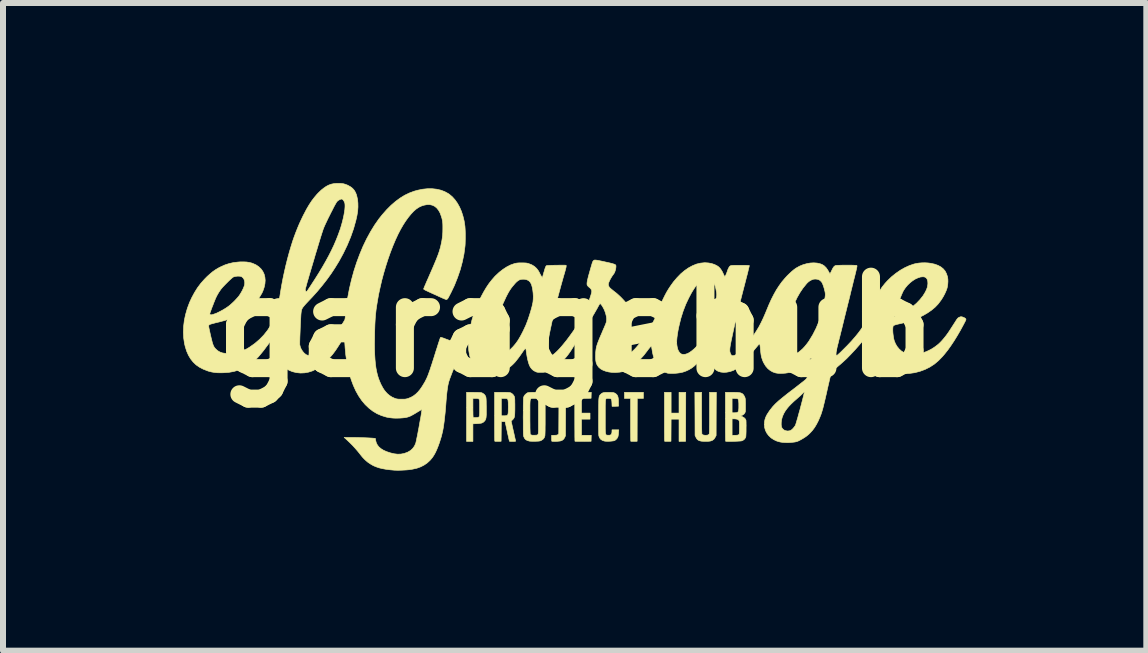
<source format=kicad_pcb>
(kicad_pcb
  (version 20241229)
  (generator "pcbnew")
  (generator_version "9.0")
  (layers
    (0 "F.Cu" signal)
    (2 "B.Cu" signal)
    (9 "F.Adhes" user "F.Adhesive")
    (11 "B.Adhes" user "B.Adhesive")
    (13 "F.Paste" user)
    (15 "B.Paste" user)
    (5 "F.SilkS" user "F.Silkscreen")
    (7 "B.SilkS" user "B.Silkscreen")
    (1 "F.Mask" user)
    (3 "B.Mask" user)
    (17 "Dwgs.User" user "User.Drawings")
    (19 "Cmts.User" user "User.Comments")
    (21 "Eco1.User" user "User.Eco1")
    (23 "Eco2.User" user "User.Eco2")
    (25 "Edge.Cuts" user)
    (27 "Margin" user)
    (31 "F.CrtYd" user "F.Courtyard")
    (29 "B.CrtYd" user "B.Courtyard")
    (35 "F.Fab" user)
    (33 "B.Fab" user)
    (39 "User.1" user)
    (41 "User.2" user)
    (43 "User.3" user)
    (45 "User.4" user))
  (footprint "garagehub"
    (layer "F.Cu")
    (at 6.526 2.394)
    (property "Reference" "garagehub" (at 0 0 0) (layer "F.SilkS") (effects (font (size 1.524 1.524) (thickness 0.3))))
    (attr through_hole)
    (fp_poly (pts (xy 1.143 1.194) (xy 1.041 1.194) (xy 1.039 1.908) (xy 0.988 1.909) (xy 0.966 1.909) (xy 0.948 1.909) (xy 0.936 1.908) (xy 0.933 1.907) (xy 0.933 1.901) (xy 0.932 1.886) (xy 0.932 1.863) (xy 0.931 1.832) (xy 0.931 1.794) (xy 0.93 1.75) (xy 0.93 1.701) (xy 0.93 1.647) (xy 0.93 1.59) (xy 0.93 1.549) (xy 0.93 1.194) (xy 0.828 1.194) (xy 0.828 1.092) (xy 1.143 1.092) (xy 1.143 1.194)) (stroke (width 0.01) (type solid)) (fill yes) (layer "F.SilkS"))
    (fp_poly (pts (xy -0.155 1.816) (xy -0.168 1.845) (xy -0.184 1.871) (xy -0.205 1.889) (xy -0.232 1.901) (xy -0.255 1.905) (xy -0.274 1.907) (xy -0.296 1.909) (xy -0.32 1.91) (xy -0.343 1.91) (xy -0.363 1.909) (xy -0.377 1.908) (xy -0.383 1.907) (xy -0.384 1.9) (xy -0.385 1.886) (xy -0.386 1.867) (xy -0.386 1.856) (xy -0.386 1.809) (xy -0.338 1.808) (xy -0.315 1.807) (xy -0.299 1.805) (xy -0.289 1.802) (xy -0.282 1.797) (xy -0.278 1.794) (xy -0.267 1.783) (xy -0.265 1.438) (xy -0.264 1.092) (xy -0.152 1.092) (xy -0.155 1.816)) (stroke (width 0.01) (type solid)) (fill yes) (layer "F.SilkS"))
    (fp_poly (pts (xy 1.605 1.438) (xy 1.737 1.438) (xy 1.737 1.092) (xy 1.849 1.092) (xy 1.847 1.908) (xy 1.792 1.909) (xy 1.737 1.91) (xy 1.737 1.539) (xy 1.605 1.539) (xy 1.603 1.908) (xy 1.552 1.909) (xy 1.53 1.909) (xy 1.512 1.909) (xy 1.5 1.908) (xy 1.497 1.907) (xy 1.497 1.901) (xy 1.496 1.886) (xy 1.495 1.863) (xy 1.495 1.832) (xy 1.495 1.793) (xy 1.494 1.748) (xy 1.494 1.698) (xy 1.494 1.643) (xy 1.494 1.584) (xy 1.494 1.522) (xy 1.494 1.498) (xy 1.494 1.092) (xy 1.605 1.092) (xy 1.605 1.438)) (stroke (width 0.01) (type solid)) (fill yes) (layer "F.SilkS"))
    (fp_poly (pts (xy 0.273 1.142) (xy 0.272 1.191) (xy 0.192 1.193) (xy 0.112 1.194) (xy 0.112 1.438) (xy 0.254 1.438) (xy 0.254 1.539) (xy 0.112 1.539) (xy 0.112 1.808) (xy 0.275 1.808) (xy 0.273 1.858) (xy 0.272 1.908) (xy 0.139 1.909) (xy 0.104 1.909) (xy 0.071 1.909) (xy 0.044 1.909) (xy 0.022 1.908) (xy 0.008 1.908) (xy 0.003 1.907) (xy 0.003 1.901) (xy 0.002 1.886) (xy 0.002 1.863) (xy 0.001 1.831) (xy 0.001 1.793) (xy 0.001 1.748) (xy 0.000453 1.698) (xy 0.00023 1.643) (xy 0.000079 1.584) (xy 0.000005 1.522) (xy 0 1.498) (xy 0 1.092) (xy 0.275 1.092) (xy 0.273 1.142)) (stroke (width 0.01) (type solid)) (fill yes) (layer "F.SilkS"))
    (fp_poly (pts (xy 2.113 1.435) (xy 2.113 1.506) (xy 2.114 1.57) (xy 2.114 1.627) (xy 2.114 1.676) (xy 2.115 1.716) (xy 2.116 1.748) (xy 2.117 1.771) (xy 2.118 1.785) (xy 2.118 1.788) (xy 2.129 1.798) (xy 2.148 1.805) (xy 2.173 1.808) (xy 2.182 1.808) (xy 2.209 1.806) (xy 2.227 1.799) (xy 2.239 1.787) (xy 2.24 1.785) (xy 2.241 1.778) (xy 2.242 1.764) (xy 2.243 1.741) (xy 2.244 1.711) (xy 2.244 1.671) (xy 2.245 1.623) (xy 2.245 1.565) (xy 2.245 1.498) (xy 2.245 1.432) (xy 2.245 1.092) (xy 2.358 1.092) (xy 2.356 1.452) (xy 2.355 1.812) (xy 2.339 1.842) (xy 2.321 1.87) (xy 2.297 1.89) (xy 2.268 1.902) (xy 2.253 1.905) (xy 2.229 1.908) (xy 2.198 1.909) (xy 2.166 1.909) (xy 2.134 1.908) (xy 2.108 1.906) (xy 2.103 1.905) (xy 2.072 1.897) (xy 2.048 1.883) (xy 2.029 1.861) (xy 2.016 1.836) (xy 2.004 1.811) (xy 2.003 1.452) (xy 2.001 1.092) (xy 2.113 1.092) (xy 2.113 1.435)) (stroke (width 0.01) (type solid)) (fill yes) (layer "F.SilkS"))
    (fp_poly (pts (xy -1.68 1.093) (xy -1.641 1.094) (xy -1.611 1.094) (xy -1.588 1.095) (xy -1.572 1.096) (xy -1.559 1.098) (xy -1.55 1.1) (xy -1.543 1.103) (xy -1.537 1.106) (xy -1.511 1.123) (xy -1.493 1.145) (xy -1.485 1.161) (xy -1.482 1.168) (xy -1.48 1.176) (xy -1.479 1.187) (xy -1.477 1.202) (xy -1.476 1.221) (xy -1.475 1.247) (xy -1.475 1.281) (xy -1.474 1.323) (xy -1.474 1.34) (xy -1.474 1.391) (xy -1.474 1.432) (xy -1.474 1.466) (xy -1.476 1.493) (xy -1.478 1.514) (xy -1.482 1.531) (xy -1.486 1.545) (xy -1.492 1.556) (xy -1.499 1.566) (xy -1.505 1.573) (xy -1.519 1.587) (xy -1.535 1.597) (xy -1.553 1.605) (xy -1.578 1.609) (xy -1.609 1.613) (xy -1.63 1.614) (xy -1.697 1.617) (xy -1.697 1.91) (xy -1.803 1.91) (xy -1.803 1.194) (xy -1.697 1.194) (xy -1.697 1.35) (xy -1.697 1.389) (xy -1.696 1.425) (xy -1.696 1.456) (xy -1.695 1.481) (xy -1.694 1.5) (xy -1.693 1.51) (xy -1.693 1.511) (xy -1.686 1.512) (xy -1.672 1.513) (xy -1.653 1.513) (xy -1.647 1.513) (xy -1.625 1.512) (xy -1.611 1.51) (xy -1.603 1.507) (xy -1.596 1.501) (xy -1.595 1.499) (xy -1.592 1.495) (xy -1.589 1.49) (xy -1.588 1.482) (xy -1.587 1.47) (xy -1.586 1.454) (xy -1.585 1.431) (xy -1.585 1.401) (xy -1.585 1.362) (xy -1.585 1.354) (xy -1.585 1.314) (xy -1.585 1.282) (xy -1.586 1.258) (xy -1.586 1.241) (xy -1.587 1.228) (xy -1.589 1.22) (xy -1.591 1.214) (xy -1.594 1.209) (xy -1.595 1.207) (xy -1.601 1.201) (xy -1.608 1.197) (xy -1.617 1.195) (xy -1.632 1.194) (xy -1.651 1.194) (xy -1.697 1.194) (xy -1.803 1.194) (xy -1.803 1.092) (xy -1.68 1.093)) (stroke (width 0.01) (type solid)) (fill yes) (layer "F.SilkS"))
    (fp_poly (pts (xy -1.215 1.092) (xy -1.178 1.092) (xy -1.144 1.093) (xy -1.115 1.094) (xy -1.092 1.095) (xy -1.078 1.097) (xy -1.075 1.098) (xy -1.053 1.108) (xy -1.031 1.126) (xy -1.014 1.149) (xy -1.007 1.162) (xy -1.005 1.17) (xy -1.003 1.18) (xy -1.001 1.191) (xy -1 1.207) (xy -0.999 1.228) (xy -0.999 1.255) (xy -0.998 1.289) (xy -0.998 1.331) (xy -0.998 1.379) (xy -0.999 1.418) (xy -1 1.45) (xy -1.002 1.475) (xy -1.004 1.494) (xy -1.008 1.509) (xy -1.014 1.522) (xy -1.021 1.532) (xy -1.029 1.542) (xy -1.036 1.549) (xy -1.06 1.572) (xy -1.023 1.737) (xy -1.014 1.776) (xy -1.006 1.813) (xy -0.999 1.845) (xy -0.993 1.871) (xy -0.988 1.891) (xy -0.986 1.903) (xy -0.986 1.906) (xy -0.99 1.908) (xy -1.002 1.909) (xy -1.02 1.91) (xy -1.039 1.91) (xy -1.058 1.91) (xy -1.075 1.909) (xy -1.086 1.908) (xy -1.089 1.906) (xy -1.09 1.901) (xy -1.094 1.886) (xy -1.099 1.864) (xy -1.105 1.836) (xy -1.113 1.802) (xy -1.121 1.765) (xy -1.126 1.741) (xy -1.161 1.58) (xy -1.192 1.58) (xy -1.224 1.58) (xy -1.227 1.908) (xy -1.278 1.909) (xy -1.3 1.909) (xy -1.318 1.909) (xy -1.329 1.908) (xy -1.332 1.907) (xy -1.333 1.901) (xy -1.334 1.886) (xy -1.334 1.863) (xy -1.335 1.832) (xy -1.335 1.793) (xy -1.335 1.748) (xy -1.336 1.698) (xy -1.336 1.643) (xy -1.336 1.584) (xy -1.336 1.522) (xy -1.336 1.498) (xy -1.336 1.194) (xy -1.224 1.194) (xy -1.224 1.483) (xy -1.184 1.483) (xy -1.163 1.483) (xy -1.145 1.481) (xy -1.132 1.478) (xy -1.131 1.478) (xy -1.124 1.474) (xy -1.118 1.468) (xy -1.114 1.459) (xy -1.111 1.446) (xy -1.109 1.428) (xy -1.108 1.403) (xy -1.108 1.37) (xy -1.107 1.338) (xy -1.108 1.297) (xy -1.108 1.265) (xy -1.11 1.241) (xy -1.112 1.224) (xy -1.116 1.211) (xy -1.121 1.203) (xy -1.127 1.199) (xy -1.131 1.197) (xy -1.139 1.195) (xy -1.155 1.194) (xy -1.175 1.194) (xy -1.182 1.194) (xy -1.224 1.194) (xy -1.336 1.194) (xy -1.336 1.092) (xy -1.215 1.092)) (stroke (width 0.01) (type solid)) (fill yes) (layer "F.SilkS"))
    (fp_poly (pts (xy 0.573 1.093) (xy 0.603 1.094) (xy 0.624 1.095) (xy 0.64 1.096) (xy 0.651 1.099) (xy 0.661 1.103) (xy 0.67 1.107) (xy 0.69 1.121) (xy 0.705 1.137) (xy 0.716 1.157) (xy 0.723 1.184) (xy 0.727 1.217) (xy 0.728 1.259) (xy 0.728 1.26) (xy 0.729 1.323) (xy 0.675 1.325) (xy 0.621 1.326) (xy 0.619 1.27) (xy 0.617 1.24) (xy 0.614 1.22) (xy 0.609 1.206) (xy 0.599 1.198) (xy 0.585 1.195) (xy 0.564 1.194) (xy 0.561 1.194) (xy 0.55 1.194) (xy 0.54 1.193) (xy 0.533 1.194) (xy 0.526 1.196) (xy 0.521 1.2) (xy 0.517 1.208) (xy 0.514 1.219) (xy 0.511 1.234) (xy 0.51 1.255) (xy 0.509 1.282) (xy 0.508 1.316) (xy 0.508 1.357) (xy 0.508 1.407) (xy 0.508 1.465) (xy 0.508 1.498) (xy 0.508 1.561) (xy 0.508 1.615) (xy 0.508 1.661) (xy 0.508 1.698) (xy 0.509 1.728) (xy 0.51 1.752) (xy 0.512 1.771) (xy 0.515 1.784) (xy 0.518 1.794) (xy 0.522 1.8) (xy 0.527 1.804) (xy 0.533 1.805) (xy 0.541 1.806) (xy 0.55 1.807) (xy 0.553 1.807) (xy 0.579 1.807) (xy 0.599 1.801) (xy 0.611 1.787) (xy 0.618 1.766) (xy 0.62 1.742) (xy 0.62 1.717) (xy 0.733 1.717) (xy 0.729 1.764) (xy 0.727 1.787) (xy 0.724 1.809) (xy 0.721 1.826) (xy 0.72 1.83) (xy 0.709 1.853) (xy 0.691 1.875) (xy 0.67 1.892) (xy 0.66 1.897) (xy 0.644 1.901) (xy 0.621 1.904) (xy 0.593 1.907) (xy 0.564 1.908) (xy 0.536 1.908) (xy 0.511 1.907) (xy 0.497 1.905) (xy 0.463 1.895) (xy 0.435 1.877) (xy 0.415 1.853) (xy 0.402 1.821) (xy 0.401 1.819) (xy 0.4 1.809) (xy 0.399 1.791) (xy 0.398 1.764) (xy 0.398 1.728) (xy 0.397 1.684) (xy 0.397 1.63) (xy 0.397 1.566) (xy 0.397 1.492) (xy 0.397 1.486) (xy 0.398 1.421) (xy 0.398 1.364) (xy 0.398 1.317) (xy 0.399 1.277) (xy 0.399 1.244) (xy 0.4 1.218) (xy 0.402 1.196) (xy 0.404 1.18) (xy 0.406 1.167) (xy 0.409 1.156) (xy 0.413 1.148) (xy 0.417 1.142) (xy 0.422 1.135) (xy 0.429 1.129) (xy 0.433 1.124) (xy 0.447 1.112) (xy 0.462 1.103) (xy 0.481 1.097) (xy 0.506 1.094) (xy 0.537 1.093) (xy 0.573 1.093)) (stroke (width 0.01) (type solid)) (fill yes) (layer "F.SilkS"))
    (fp_poly (pts (xy 2.668 1.093) (xy 2.707 1.094) (xy 2.739 1.097) (xy 2.764 1.102) (xy 2.783 1.11) (xy 2.799 1.12) (xy 2.811 1.134) (xy 2.822 1.151) (xy 2.828 1.162) (xy 2.833 1.172) (xy 2.836 1.182) (xy 2.839 1.192) (xy 2.841 1.205) (xy 2.842 1.222) (xy 2.843 1.245) (xy 2.844 1.276) (xy 2.844 1.289) (xy 2.844 1.321) (xy 2.844 1.351) (xy 2.844 1.378) (xy 2.843 1.398) (xy 2.843 1.41) (xy 2.834 1.436) (xy 2.817 1.457) (xy 2.792 1.473) (xy 2.786 1.476) (xy 2.764 1.485) (xy 2.793 1.499) (xy 2.821 1.515) (xy 2.841 1.535) (xy 2.852 1.557) (xy 2.853 1.561) (xy 2.853 1.571) (xy 2.854 1.589) (xy 2.854 1.614) (xy 2.855 1.645) (xy 2.854 1.679) (xy 2.854 1.705) (xy 2.854 1.744) (xy 2.853 1.775) (xy 2.852 1.798) (xy 2.851 1.815) (xy 2.85 1.828) (xy 2.848 1.837) (xy 2.845 1.845) (xy 2.842 1.852) (xy 2.841 1.853) (xy 2.825 1.875) (xy 2.802 1.892) (xy 2.784 1.9) (xy 2.774 1.902) (xy 2.757 1.904) (xy 2.733 1.905) (xy 2.705 1.907) (xy 2.674 1.908) (xy 2.641 1.909) (xy 2.609 1.91) (xy 2.579 1.91) (xy 2.553 1.91) (xy 2.532 1.909) (xy 2.518 1.908) (xy 2.513 1.907) (xy 2.513 1.902) (xy 2.512 1.887) (xy 2.512 1.863) (xy 2.511 1.832) (xy 2.511 1.808) (xy 2.621 1.808) (xy 2.664 1.808) (xy 2.686 1.808) (xy 2.705 1.806) (xy 2.719 1.804) (xy 2.721 1.803) (xy 2.733 1.797) (xy 2.739 1.792) (xy 2.74 1.785) (xy 2.741 1.77) (xy 2.742 1.747) (xy 2.743 1.72) (xy 2.743 1.688) (xy 2.743 1.678) (xy 2.743 1.642) (xy 2.743 1.615) (xy 2.742 1.595) (xy 2.741 1.581) (xy 2.74 1.572) (xy 2.737 1.565) (xy 2.734 1.56) (xy 2.733 1.558) (xy 2.718 1.545) (xy 2.695 1.538) (xy 2.663 1.534) (xy 2.653 1.534) (xy 2.621 1.534) (xy 2.621 1.808) (xy 2.511 1.808) (xy 2.511 1.793) (xy 2.51 1.748) (xy 2.51 1.698) (xy 2.51 1.643) (xy 2.51 1.584) (xy 2.51 1.522) (xy 2.51 1.498) (xy 2.51 1.194) (xy 2.621 1.194) (xy 2.621 1.433) (xy 2.66 1.433) (xy 2.68 1.432) (xy 2.697 1.43) (xy 2.707 1.428) (xy 2.708 1.427) (xy 2.717 1.421) (xy 2.723 1.412) (xy 2.728 1.399) (xy 2.731 1.38) (xy 2.733 1.354) (xy 2.733 1.319) (xy 2.733 1.314) (xy 2.733 1.277) (xy 2.731 1.248) (xy 2.728 1.227) (xy 2.724 1.212) (xy 2.718 1.203) (xy 2.713 1.199) (xy 2.703 1.196) (xy 2.687 1.195) (xy 2.667 1.194) (xy 2.662 1.194) (xy 2.621 1.194) (xy 2.51 1.194) (xy 2.51 1.092) (xy 2.62 1.092) (xy 2.668 1.093)) (stroke (width 0.01) (type solid)) (fill yes) (layer "F.SilkS"))
    (fp_poly (pts (xy -0.636 1.093) (xy -0.605 1.094) (xy -0.581 1.097) (xy -0.563 1.102) (xy -0.548 1.109) (xy -0.535 1.119) (xy -0.526 1.128) (xy -0.52 1.135) (xy -0.514 1.143) (xy -0.509 1.15) (xy -0.505 1.16) (xy -0.502 1.171) (xy -0.499 1.185) (xy -0.497 1.203) (xy -0.495 1.226) (xy -0.494 1.253) (xy -0.494 1.287) (xy -0.493 1.328) (xy -0.493 1.377) (xy -0.493 1.435) (xy -0.493 1.498) (xy -0.493 1.565) (xy -0.493 1.624) (xy -0.494 1.677) (xy -0.494 1.723) (xy -0.495 1.76) (xy -0.496 1.789) (xy -0.497 1.809) (xy -0.498 1.819) (xy -0.509 1.849) (xy -0.528 1.873) (xy -0.554 1.891) (xy -0.556 1.892) (xy -0.568 1.898) (xy -0.579 1.902) (xy -0.592 1.904) (xy -0.608 1.906) (xy -0.63 1.907) (xy -0.656 1.908) (xy -0.685 1.908) (xy -0.712 1.908) (xy -0.736 1.907) (xy -0.752 1.906) (xy -0.755 1.905) (xy -0.789 1.896) (xy -0.816 1.882) (xy -0.836 1.86) (xy -0.85 1.83) (xy -0.851 1.829) (xy -0.852 1.823) (xy -0.854 1.815) (xy -0.855 1.804) (xy -0.856 1.789) (xy -0.857 1.77) (xy -0.857 1.745) (xy -0.858 1.714) (xy -0.858 1.677) (xy -0.858 1.631) (xy -0.858 1.577) (xy -0.859 1.514) (xy -0.859 1.503) (xy -0.858 1.431) (xy -0.858 1.368) (xy -0.858 1.346) (xy -0.747 1.346) (xy -0.747 1.393) (xy -0.747 1.449) (xy -0.747 1.496) (xy -0.747 1.568) (xy -0.746 1.629) (xy -0.746 1.68) (xy -0.745 1.721) (xy -0.744 1.753) (xy -0.743 1.774) (xy -0.742 1.786) (xy -0.741 1.789) (xy -0.734 1.798) (xy -0.723 1.803) (xy -0.707 1.807) (xy -0.682 1.807) (xy -0.669 1.807) (xy -0.647 1.806) (xy -0.632 1.805) (xy -0.623 1.802) (xy -0.617 1.797) (xy -0.614 1.794) (xy -0.612 1.791) (xy -0.61 1.787) (xy -0.609 1.782) (xy -0.608 1.774) (xy -0.607 1.762) (xy -0.606 1.747) (xy -0.605 1.727) (xy -0.605 1.7) (xy -0.605 1.668) (xy -0.605 1.627) (xy -0.605 1.579) (xy -0.605 1.521) (xy -0.605 1.5) (xy -0.605 1.217) (xy -0.616 1.206) (xy -0.622 1.2) (xy -0.629 1.197) (xy -0.639 1.195) (xy -0.655 1.194) (xy -0.677 1.194) (xy -0.691 1.193) (xy -0.704 1.193) (xy -0.714 1.193) (xy -0.723 1.195) (xy -0.73 1.198) (xy -0.735 1.205) (xy -0.74 1.215) (xy -0.743 1.229) (xy -0.745 1.249) (xy -0.746 1.274) (xy -0.747 1.306) (xy -0.747 1.346) (xy -0.858 1.346) (xy -0.858 1.315) (xy -0.857 1.271) (xy -0.856 1.236) (xy -0.856 1.208) (xy -0.854 1.189) (xy -0.853 1.177) (xy -0.853 1.175) (xy -0.843 1.153) (xy -0.827 1.131) (xy -0.807 1.113) (xy -0.787 1.1) (xy -0.78 1.098) (xy -0.768 1.096) (xy -0.748 1.094) (xy -0.722 1.093) (xy -0.693 1.092) (xy -0.675 1.092) (xy -0.636 1.093)) (stroke (width 0.01) (type solid)) (fill yes) (layer "F.SilkS"))
    (fp_poly (pts (xy -3.897 -2.388) (xy -3.86 -2.384) (xy -3.827 -2.375) (xy -3.792 -2.362) (xy -3.777 -2.355) (xy -3.736 -2.332) (xy -3.702 -2.306) (xy -3.674 -2.274) (xy -3.652 -2.236) (xy -3.635 -2.192) (xy -3.623 -2.139) (xy -3.619 -2.121) (xy -3.613 -2.06) (xy -3.612 -1.995) (xy -3.617 -1.926) (xy -3.629 -1.852) (xy -3.647 -1.771) (xy -3.648 -1.768) (xy -3.686 -1.632) (xy -3.734 -1.496) (xy -3.791 -1.359) (xy -3.856 -1.224) (xy -3.929 -1.09) (xy -3.994 -0.984) (xy -4.059 -0.885) (xy -4.129 -0.788) (xy -4.204 -0.692) (xy -4.285 -0.594) (xy -4.374 -0.495) (xy -4.447 -0.418) (xy -4.478 -0.385) (xy -4.502 -0.358) (xy -4.521 -0.335) (xy -4.536 -0.315) (xy -4.546 -0.295) (xy -4.553 -0.275) (xy -4.557 -0.253) (xy -4.56 -0.227) (xy -4.563 -0.195) (xy -4.563 -0.192) (xy -4.566 -0.138) (xy -4.569 -0.083) (xy -4.572 -0.027) (xy -4.574 0.027) (xy -4.576 0.08) (xy -4.578 0.129) (xy -4.58 0.175) (xy -4.581 0.215) (xy -4.582 0.249) (xy -4.582 0.276) (xy -4.582 0.295) (xy -4.581 0.302) (xy -4.572 0.339) (xy -4.556 0.375) (xy -4.534 0.409) (xy -4.508 0.439) (xy -4.48 0.462) (xy -4.465 0.47) (xy -4.432 0.48) (xy -4.393 0.483) (xy -4.352 0.478) (xy -4.309 0.467) (xy -4.265 0.448) (xy -4.247 0.438) (xy -4.233 0.43) (xy -4.22 0.42) (xy -4.206 0.41) (xy -4.193 0.397) (xy -4.178 0.382) (xy -4.162 0.363) (xy -4.144 0.341) (xy -4.124 0.315) (xy -4.1 0.284) (xy -4.074 0.247) (xy -4.044 0.205) (xy -4.01 0.155) (xy -3.971 0.099) (xy -3.928 0.034) (xy -3.923 0.028) (xy -3.901 -0.005) (xy -3.881 -0.036) (xy -3.863 -0.063) (xy -3.849 -0.086) (xy -3.838 -0.104) (xy -3.832 -0.115) (xy -3.831 -0.117) (xy -3.828 -0.131) (xy -3.825 -0.151) (xy -3.823 -0.172) (xy -3.823 -0.173) (xy -3.806 -0.327) (xy -3.784 -0.481) (xy -3.755 -0.633) (xy -3.72 -0.782) (xy -3.68 -0.928) (xy -3.634 -1.07) (xy -3.583 -1.207) (xy -3.528 -1.339) (xy -3.468 -1.464) (xy -3.403 -1.583) (xy -3.335 -1.694) (xy -3.263 -1.797) (xy -3.208 -1.866) (xy -3.134 -1.95) (xy -3.06 -2.024) (xy -2.986 -2.088) (xy -2.91 -2.144) (xy -2.834 -2.191) (xy -2.755 -2.229) (xy -2.674 -2.259) (xy -2.616 -2.275) (xy -2.533 -2.292) (xy -2.453 -2.3) (xy -2.375 -2.3) (xy -2.302 -2.292) (xy -2.232 -2.276) (xy -2.168 -2.252) (xy -2.109 -2.22) (xy -2.091 -2.208) (xy -2.041 -2.166) (xy -1.996 -2.116) (xy -1.955 -2.058) (xy -1.919 -1.993) (xy -1.888 -1.922) (xy -1.863 -1.844) (xy -1.843 -1.762) (xy -1.83 -1.676) (xy -1.829 -1.662) (xy -1.827 -1.633) (xy -1.825 -1.596) (xy -1.824 -1.554) (xy -1.824 -1.509) (xy -1.824 -1.464) (xy -1.825 -1.421) (xy -1.826 -1.382) (xy -1.828 -1.35) (xy -1.829 -1.34) (xy -1.846 -1.212) (xy -1.873 -1.082) (xy -1.908 -0.951) (xy -1.953 -0.82) (xy -2.005 -0.689) (xy -2.058 -0.578) (xy -2.077 -0.541) (xy -2.092 -0.512) (xy -2.104 -0.49) (xy -2.113 -0.474) (xy -2.121 -0.464) (xy -2.128 -0.458) (xy -2.133 -0.455) (xy -2.137 -0.454) (xy -2.141 -0.454) (xy -2.146 -0.455) (xy -2.155 -0.458) (xy -2.166 -0.462) (xy -2.181 -0.469) (xy -2.202 -0.477) (xy -2.228 -0.489) (xy -2.26 -0.503) (xy -2.3 -0.522) (xy -2.347 -0.543) (xy -2.376 -0.556) (xy -2.417 -0.575) (xy -2.449 -0.59) (xy -2.473 -0.601) (xy -2.491 -0.61) (xy -2.504 -0.617) (xy -2.512 -0.622) (xy -2.516 -0.627) (xy -2.518 -0.63) (xy -2.517 -0.634) (xy -2.517 -0.634) (xy -2.514 -0.641) (xy -2.508 -0.657) (xy -2.499 -0.679) (xy -2.486 -0.708) (xy -2.472 -0.742) (xy -2.455 -0.78) (xy -2.437 -0.82) (xy -2.43 -0.837) (xy -2.398 -0.91) (xy -2.37 -0.974) (xy -2.346 -1.03) (xy -2.325 -1.08) (xy -2.307 -1.123) (xy -2.292 -1.162) (xy -2.278 -1.197) (xy -2.267 -1.229) (xy -2.257 -1.258) (xy -2.249 -1.286) (xy -2.241 -1.313) (xy -2.234 -1.34) (xy -2.228 -1.368) (xy -2.216 -1.425) (xy -2.208 -1.476) (xy -2.202 -1.525) (xy -2.199 -1.576) (xy -2.198 -1.631) (xy -2.198 -1.677) (xy -2.199 -1.715) (xy -2.202 -1.748) (xy -2.207 -1.779) (xy -2.214 -1.809) (xy -2.224 -1.841) (xy -2.244 -1.896) (xy -2.27 -1.942) (xy -2.3 -1.979) (xy -2.334 -2.007) (xy -2.372 -2.025) (xy -2.415 -2.035) (xy -2.462 -2.035) (xy -2.513 -2.025) (xy -2.556 -2.011) (xy -2.598 -1.991) (xy -2.641 -1.962) (xy -2.684 -1.925) (xy -2.728 -1.878) (xy -2.773 -1.823) (xy -2.82 -1.758) (xy -2.858 -1.699) (xy -2.902 -1.623) (xy -2.946 -1.538) (xy -2.989 -1.445) (xy -3.031 -1.345) (xy -3.072 -1.239) (xy -3.111 -1.128) (xy -3.148 -1.013) (xy -3.183 -0.895) (xy -3.215 -0.776) (xy -3.243 -0.655) (xy -3.269 -0.535) (xy -3.286 -0.437) (xy -3.295 -0.382) (xy -3.303 -0.332) (xy -3.31 -0.284) (xy -3.315 -0.238) (xy -3.32 -0.191) (xy -3.324 -0.144) (xy -3.327 -0.093) (xy -3.33 -0.038) (xy -3.332 0.022) (xy -3.334 0.09) (xy -3.335 0.166) (xy -3.335 0.178) (xy -3.337 0.283) (xy -3.336 0.379) (xy -3.333 0.467) (xy -3.328 0.547) (xy -3.321 0.621) (xy -3.312 0.688) (xy -3.3 0.75) (xy -3.286 0.808) (xy -3.269 0.863) (xy -3.249 0.914) (xy -3.227 0.964) (xy -3.223 0.97) (xy -3.199 1.016) (xy -3.175 1.053) (xy -3.149 1.086) (xy -3.124 1.113) (xy -3.086 1.145) (xy -3.046 1.171) (xy -3.001 1.191) (xy -2.996 1.193) (xy -2.981 1.198) (xy -2.967 1.202) (xy -2.952 1.204) (xy -2.934 1.206) (xy -2.911 1.206) (xy -2.885 1.206) (xy -2.855 1.206) (xy -2.833 1.206) (xy -2.816 1.204) (xy -2.801 1.201) (xy -2.786 1.197) (xy -2.771 1.192) (xy -2.727 1.174) (xy -2.687 1.151) (xy -2.649 1.122) (xy -2.613 1.087) (xy -2.577 1.044) (xy -2.542 0.993) (xy -2.506 0.934) (xy -2.495 0.915) (xy -2.485 0.896) (xy -2.476 0.877) (xy -2.466 0.858) (xy -2.457 0.836) (xy -2.447 0.813) (xy -2.437 0.786) (xy -2.426 0.755) (xy -2.413 0.72) (xy -2.4 0.679) (xy -2.384 0.632) (xy -2.367 0.578) (xy -2.347 0.516) (xy -2.325 0.445) (xy -2.311 0.4) (xy -2.296 0.355) (xy -2.283 0.313) (xy -2.271 0.275) (xy -2.26 0.242) (xy -2.251 0.215) (xy -2.244 0.195) (xy -2.239 0.183) (xy -2.238 0.179) (xy -2.235 0.178) (xy -2.231 0.177) (xy -2.224 0.178) (xy -2.213 0.181) (xy -2.197 0.186) (xy -2.176 0.193) (xy -2.149 0.204) (xy -2.114 0.217) (xy -2.072 0.233) (xy -2.049 0.242) (xy -2.009 0.257) (xy -1.971 0.272) (xy -1.938 0.285) (xy -1.909 0.296) (xy -1.887 0.304) (xy -1.872 0.31) (xy -1.865 0.313) (xy -1.865 0.313) (xy -1.865 0.315) (xy -1.868 0.322) (xy -1.872 0.333) (xy -1.878 0.35) (xy -1.887 0.372) (xy -1.898 0.4) (xy -1.912 0.435) (xy -1.929 0.477) (xy -1.948 0.527) (xy -1.972 0.584) (xy -1.998 0.651) (xy -2.024 0.714) (xy -2.04 0.754) (xy -2.055 0.793) (xy -2.069 0.83) (xy -2.082 0.864) (xy -2.091 0.891) (xy -2.098 0.912) (xy -2.1 0.919) (xy -2.108 0.951) (xy -2.115 0.985) (xy -2.121 1.024) (xy -2.127 1.067) (xy -2.133 1.117) (xy -2.138 1.174) (xy -2.144 1.239) (xy -2.146 1.27) (xy -2.153 1.358) (xy -2.16 1.438) (xy -2.168 1.509) (xy -2.175 1.573) (xy -2.183 1.631) (xy -2.191 1.685) (xy -2.2 1.734) (xy -2.211 1.78) (xy -2.222 1.825) (xy -2.235 1.868) (xy -2.249 1.912) (xy -2.252 1.923) (xy -2.276 1.989) (xy -2.299 2.046) (xy -2.322 2.096) (xy -2.346 2.139) (xy -2.371 2.177) (xy -2.398 2.21) (xy -2.412 2.226) (xy -2.459 2.269) (xy -2.51 2.304) (xy -2.566 2.333) (xy -2.629 2.356) (xy -2.7 2.372) (xy -2.748 2.38) (xy -2.776 2.383) (xy -2.811 2.386) (xy -2.85 2.388) (xy -2.89 2.39) (xy -2.929 2.391) (xy -2.964 2.391) (xy -2.993 2.39) (xy -3.002 2.39) (xy -3.079 2.383) (xy -3.148 2.374) (xy -3.208 2.363) (xy -3.262 2.35) (xy -3.311 2.333) (xy -3.356 2.314) (xy -3.398 2.29) (xy -3.439 2.263) (xy -3.44 2.263) (xy -3.474 2.235) (xy -3.506 2.205) (xy -3.539 2.17) (xy -3.573 2.128) (xy -3.588 2.108) (xy -3.62 2.069) (xy -3.658 2.025) (xy -3.7 1.979) (xy -3.745 1.934) (xy -3.79 1.891) (xy -3.804 1.878) (xy -3.842 1.844) (xy -3.731 1.844) (xy -3.69 1.844) (xy -3.645 1.845) (xy -3.597 1.846) (xy -3.548 1.848) (xy -3.5 1.849) (xy -3.455 1.851) (xy -3.415 1.853) (xy -3.381 1.855) (xy -3.357 1.857) (xy -3.323 1.86) (xy -3.318 1.891) (xy -3.307 1.933) (xy -3.289 1.969) (xy -3.263 2.002) (xy -3.229 2.031) (xy -3.187 2.057) (xy -3.136 2.08) (xy -3.075 2.1) (xy -3.073 2.101) (xy -3.01 2.116) (xy -2.952 2.123) (xy -2.896 2.121) (xy -2.843 2.111) (xy -2.79 2.092) (xy -2.776 2.085) (xy -2.734 2.06) (xy -2.699 2.027) (xy -2.671 1.988) (xy -2.651 1.944) (xy -2.647 1.93) (xy -2.643 1.912) (xy -2.637 1.886) (xy -2.631 1.854) (xy -2.623 1.817) (xy -2.615 1.776) (xy -2.607 1.732) (xy -2.598 1.687) (xy -2.59 1.641) (xy -2.582 1.595) (xy -2.574 1.551) (xy -2.566 1.51) (xy -2.56 1.472) (xy -2.555 1.439) (xy -2.551 1.412) (xy -2.548 1.392) (xy -2.547 1.381) (xy -2.547 1.378) (xy -2.552 1.38) (xy -2.564 1.386) (xy -2.581 1.397) (xy -2.604 1.41) (xy -2.625 1.423) (xy -2.668 1.449) (xy -2.705 1.47) (xy -2.737 1.487) (xy -2.767 1.499) (xy -2.797 1.508) (xy -2.829 1.514) (xy -2.864 1.518) (xy -2.904 1.521) (xy -2.929 1.522) (xy -2.983 1.523) (xy -3.031 1.521) (xy -3.077 1.516) (xy -3.123 1.508) (xy -3.142 1.504) (xy -3.22 1.48) (xy -3.294 1.448) (xy -3.364 1.406) (xy -3.43 1.355) (xy -3.492 1.296) (xy -3.549 1.228) (xy -3.601 1.152) (xy -3.648 1.068) (xy -3.69 0.975) (xy -3.724 0.884) (xy -3.754 0.785) (xy -3.779 0.684) (xy -3.799 0.58) (xy -3.815 0.47) (xy -3.826 0.354) (xy -3.83 0.292) (xy -3.833 0.251) (xy -3.835 0.22) (xy -3.837 0.198) (xy -3.84 0.185) (xy -3.843 0.179) (xy -3.849 0.18) (xy -3.856 0.189) (xy -3.865 0.203) (xy -3.877 0.224) (xy -3.881 0.23) (xy -3.911 0.279) (xy -3.942 0.327) (xy -3.971 0.372) (xy -3.999 0.412) (xy -4.024 0.445) (xy -4.035 0.46) (xy -4.056 0.484) (xy -4.083 0.513) (xy -4.113 0.544) (xy -4.146 0.576) (xy -4.179 0.607) (xy -4.209 0.634) (xy -4.236 0.657) (xy -4.246 0.664) (xy -4.307 0.704) (xy -4.37 0.735) (xy -4.436 0.756) (xy -4.503 0.768) (xy -4.57 0.771) (xy -4.637 0.764) (xy -4.703 0.748) (xy -4.76 0.725) (xy -4.805 0.698) (xy -4.846 0.663) (xy -4.881 0.621) (xy -4.909 0.574) (xy -4.917 0.557) (xy -4.924 0.541) (xy -4.931 0.524) (xy -4.937 0.505) (xy -4.943 0.483) (xy -4.95 0.456) (xy -4.957 0.424) (xy -4.965 0.384) (xy -4.975 0.337) (xy -4.979 0.32) (xy -4.987 0.277) (xy -4.994 0.244) (xy -4.999 0.218) (xy -5.003 0.199) (xy -5.006 0.186) (xy -5.009 0.179) (xy -5.011 0.175) (xy -5.013 0.174) (xy -5.015 0.175) (xy -5.017 0.177) (xy -5.019 0.179) (xy -5.024 0.184) (xy -5.035 0.197) (xy -5.05 0.216) (xy -5.068 0.239) (xy -5.088 0.266) (xy -5.103 0.287) (xy -5.146 0.344) (xy -5.183 0.394) (xy -5.217 0.436) (xy -5.248 0.473) (xy -5.276 0.506) (xy -5.303 0.534) (xy -5.33 0.559) (xy -5.356 0.582) (xy -5.383 0.603) (xy -5.384 0.604) (xy -5.454 0.652) (xy -5.526 0.692) (xy -5.602 0.722) (xy -5.681 0.745) (xy -5.765 0.76) (xy -5.855 0.766) (xy -5.893 0.767) (xy -5.952 0.766) (xy -6.004 0.761) (xy -6.052 0.753) (xy -6.099 0.741) (xy -6.12 0.734) (xy -6.191 0.706) (xy -6.254 0.673) (xy -6.31 0.634) (xy -6.358 0.588) (xy -6.4 0.535) (xy -6.436 0.475) (xy -6.466 0.407) (xy -6.49 0.331) (xy -6.503 0.276) (xy -6.516 0.185) (xy -6.521 0.09) (xy -6.517 -0.007) (xy -6.505 -0.106) (xy -6.484 -0.206) (xy -6.481 -0.215) (xy -6.081 -0.215) (xy -6.077 -0.204) (xy -6.065 -0.199) (xy -6.046 -0.2) (xy -6.019 -0.208) (xy -5.983 -0.221) (xy -5.967 -0.227) (xy -5.916 -0.252) (xy -5.862 -0.281) (xy -5.811 -0.312) (xy -5.768 -0.342) (xy -5.739 -0.365) (xy -5.707 -0.394) (xy -5.673 -0.426) (xy -5.642 -0.459) (xy -5.614 -0.49) (xy -5.595 -0.513) (xy -5.576 -0.541) (xy -5.556 -0.574) (xy -5.538 -0.607) (xy -5.522 -0.641) (xy -5.51 -0.671) (xy -5.502 -0.695) (xy -5.501 -0.698) (xy -5.498 -0.732) (xy -5.502 -0.764) (xy -5.512 -0.793) (xy -5.528 -0.816) (xy -5.549 -0.833) (xy -5.571 -0.841) (xy -5.595 -0.843) (xy -5.624 -0.843) (xy -5.652 -0.839) (xy -5.677 -0.833) (xy -5.69 -0.828) (xy -5.701 -0.82) (xy -5.718 -0.806) (xy -5.739 -0.787) (xy -5.763 -0.765) (xy -5.789 -0.739) (xy -5.815 -0.713) (xy -5.84 -0.687) (xy -5.863 -0.663) (xy -5.882 -0.641) (xy -5.896 -0.624) (xy -5.899 -0.62) (xy -5.934 -0.568) (xy -5.962 -0.519) (xy -5.982 -0.478) (xy -5.992 -0.454) (xy -6.003 -0.426) (xy -6.016 -0.395) (xy -6.028 -0.362) (xy -6.041 -0.33) (xy -6.053 -0.298) (xy -6.063 -0.27) (xy -6.072 -0.246) (xy -6.078 -0.228) (xy -6.081 -0.217) (xy -6.081 -0.215) (xy -6.481 -0.215) (xy -6.455 -0.306) (xy -6.418 -0.405) (xy -6.38 -0.487) (xy -6.334 -0.572) (xy -6.286 -0.649) (xy -6.232 -0.721) (xy -6.171 -0.79) (xy -6.126 -0.836) (xy -6.076 -0.881) (xy -6.029 -0.92) (xy -5.981 -0.953) (xy -5.93 -0.983) (xy -5.9 -0.998) (xy -5.829 -1.03) (xy -5.758 -1.053) (xy -5.687 -1.069) (xy -5.611 -1.078) (xy -5.573 -1.081) (xy -5.516 -1.081) (xy -5.468 -1.079) (xy -5.424 -1.072) (xy -5.383 -1.062) (xy -5.366 -1.056) (xy -5.312 -1.032) (xy -5.266 -1.001) (xy -5.228 -0.965) (xy -5.198 -0.924) (xy -5.176 -0.878) (xy -5.163 -0.828) (xy -5.158 -0.774) (xy -5.162 -0.717) (xy -5.175 -0.657) (xy -5.196 -0.596) (xy -5.212 -0.561) (xy -5.248 -0.5) (xy -5.292 -0.439) (xy -5.344 -0.38) (xy -5.404 -0.324) (xy -5.469 -0.272) (xy -5.539 -0.226) (xy -5.556 -0.215) (xy -5.598 -0.192) (xy -5.641 -0.171) (xy -5.686 -0.152) (xy -5.735 -0.134) (xy -5.789 -0.117) (xy -5.849 -0.1) (xy -5.917 -0.082) (xy -5.941 -0.076) (xy -5.977 -0.068) (xy -6.01 -0.059) (xy -6.038 -0.052) (xy -6.061 -0.045) (xy -6.077 -0.04) (xy -6.084 -0.038) (xy -6.094 -0.028) (xy -6.099 -0.019) (xy -6.099 -0.01) (xy -6.097 0.007) (xy -6.093 0.029) (xy -6.087 0.056) (xy -6.083 0.074) (xy -6.071 0.13) (xy -6.06 0.177) (xy -6.05 0.217) (xy -6.042 0.249) (xy -6.035 0.275) (xy -6.027 0.297) (xy -6.021 0.314) (xy -6.013 0.329) (xy -6.006 0.341) (xy -5.997 0.353) (xy -5.987 0.364) (xy -5.981 0.371) (xy -5.948 0.4) (xy -5.91 0.422) (xy -5.866 0.437) (xy -5.817 0.444) (xy -5.76 0.445) (xy -5.697 0.439) (xy -5.652 0.432) (xy -5.596 0.42) (xy -5.547 0.405) (xy -5.502 0.387) (xy -5.459 0.365) (xy -5.418 0.34) (xy -5.33 0.278) (xy -5.251 0.21) (xy -5.181 0.138) (xy -5.119 0.06) (xy -5.066 -0.023) (xy -5.019 -0.113) (xy -4.996 -0.167) (xy -4.984 -0.2) (xy -4.973 -0.234) (xy -4.963 -0.27) (xy -4.952 -0.309) (xy -4.943 -0.353) (xy -4.933 -0.402) (xy -4.922 -0.459) (xy -4.911 -0.523) (xy -4.9 -0.596) (xy -4.899 -0.597) (xy -4.896 -0.617) (xy -4.491 -0.617) (xy -4.488 -0.606) (xy -4.483 -0.594) (xy -4.476 -0.585) (xy -4.469 -0.583) (xy -4.468 -0.583) (xy -4.464 -0.588) (xy -4.456 -0.6) (xy -4.443 -0.618) (xy -4.428 -0.641) (xy -4.41 -0.668) (xy -4.397 -0.688) (xy -4.325 -0.799) (xy -4.259 -0.904) (xy -4.2 -1.002) (xy -4.146 -1.097) (xy -4.097 -1.187) (xy -4.053 -1.274) (xy -4.013 -1.358) (xy -3.977 -1.442) (xy -3.944 -1.525) (xy -3.914 -1.608) (xy -3.906 -1.63) (xy -3.889 -1.687) (xy -3.873 -1.744) (xy -3.859 -1.801) (xy -3.847 -1.856) (xy -3.838 -1.907) (xy -3.831 -1.954) (xy -3.828 -1.996) (xy -3.828 -2.03) (xy -3.83 -2.054) (xy -3.838 -2.078) (xy -3.849 -2.099) (xy -3.862 -2.116) (xy -3.876 -2.126) (xy -3.882 -2.128) (xy -3.897 -2.126) (xy -3.916 -2.118) (xy -3.937 -2.107) (xy -3.955 -2.092) (xy -3.961 -2.087) (xy -3.968 -2.077) (xy -3.978 -2.06) (xy -3.992 -2.036) (xy -4.008 -2.007) (xy -4.026 -1.972) (xy -4.045 -1.934) (xy -4.066 -1.894) (xy -4.086 -1.853) (xy -4.107 -1.812) (xy -4.126 -1.772) (xy -4.144 -1.734) (xy -4.16 -1.7) (xy -4.173 -1.671) (xy -4.183 -1.647) (xy -4.184 -1.643) (xy -4.19 -1.629) (xy -4.196 -1.611) (xy -4.203 -1.589) (xy -4.212 -1.563) (xy -4.222 -1.531) (xy -4.234 -1.494) (xy -4.247 -1.451) (xy -4.262 -1.401) (xy -4.279 -1.345) (xy -4.298 -1.281) (xy -4.32 -1.21) (xy -4.343 -1.131) (xy -4.369 -1.043) (xy -4.398 -0.946) (xy -4.427 -0.848) (xy -4.44 -0.802) (xy -4.453 -0.759) (xy -4.464 -0.72) (xy -4.473 -0.686) (xy -4.481 -0.657) (xy -4.487 -0.636) (xy -4.49 -0.622) (xy -4.491 -0.617) (xy -4.896 -0.617) (xy -4.882 -0.698) (xy -4.862 -0.803) (xy -4.839 -0.911) (xy -4.814 -1.02) (xy -4.787 -1.128) (xy -4.759 -1.232) (xy -4.73 -1.331) (xy -4.701 -1.424) (xy -4.681 -1.482) (xy -4.65 -1.566) (xy -4.619 -1.644) (xy -4.588 -1.718) (xy -4.554 -1.791) (xy -4.518 -1.866) (xy -4.515 -1.87) (xy -4.471 -1.955) (xy -4.427 -2.03) (xy -4.383 -2.097) (xy -4.338 -2.156) (xy -4.293 -2.209) (xy -4.27 -2.233) (xy -4.224 -2.277) (xy -4.18 -2.312) (xy -4.139 -2.34) (xy -4.098 -2.361) (xy -4.056 -2.376) (xy -4.012 -2.385) (xy -3.964 -2.389) (xy -3.94 -2.389) (xy -3.897 -2.388)) (stroke (width 0.01) (type solid)) (fill yes) (layer "F.SilkS"))
    (fp_poly (pts (xy 0.349 -1.111) (xy 0.367 -1.109) (xy 0.392 -1.105) (xy 0.424 -1.098) (xy 0.464 -1.09) (xy 0.485 -1.085) (xy 0.535 -1.074) (xy 0.576 -1.065) (xy 0.608 -1.057) (xy 0.634 -1.05) (xy 0.653 -1.044) (xy 0.667 -1.039) (xy 0.676 -1.033) (xy 0.682 -1.027) (xy 0.685 -1.021) (xy 0.686 -1.013) (xy 0.686 -1.004) (xy 0.686 -1.002) (xy 0.684 -0.979) (xy 0.679 -0.952) (xy 0.671 -0.926) (xy 0.663 -0.904) (xy 0.662 -0.902) (xy 0.655 -0.89) (xy 0.644 -0.874) (xy 0.633 -0.859) (xy 0.621 -0.842) (xy 0.607 -0.819) (xy 0.593 -0.795) (xy 0.585 -0.779) (xy 0.571 -0.749) (xy 0.562 -0.726) (xy 0.559 -0.707) (xy 0.561 -0.69) (xy 0.568 -0.673) (xy 0.57 -0.668) (xy 0.575 -0.66) (xy 0.581 -0.652) (xy 0.59 -0.644) (xy 0.602 -0.633) (xy 0.619 -0.619) (xy 0.641 -0.601) (xy 0.67 -0.578) (xy 0.676 -0.574) (xy 0.703 -0.552) (xy 0.733 -0.525) (xy 0.764 -0.496) (xy 0.794 -0.465) (xy 0.821 -0.436) (xy 0.843 -0.411) (xy 0.85 -0.401) (xy 0.873 -0.367) (xy 0.895 -0.327) (xy 0.913 -0.286) (xy 0.923 -0.254) (xy 0.929 -0.225) (xy 0.932 -0.188) (xy 0.932 -0.149) (xy 0.931 -0.108) (xy 0.926 -0.07) (xy 0.921 -0.04) (xy 0.907 0.009) (xy 0.89 0.053) (xy 0.87 0.095) (xy 0.843 0.139) (xy 0.835 0.151) (xy 0.817 0.18) (xy 0.8 0.21) (xy 0.786 0.236) (xy 0.777 0.256) (xy 0.766 0.289) (xy 0.756 0.324) (xy 0.748 0.358) (xy 0.743 0.389) (xy 0.742 0.408) (xy 0.743 0.425) (xy 0.747 0.436) (xy 0.757 0.448) (xy 0.759 0.449) (xy 0.783 0.466) (xy 0.811 0.475) (xy 0.841 0.476) (xy 0.845 0.475) (xy 0.869 0.468) (xy 0.898 0.454) (xy 0.929 0.434) (xy 0.96 0.409) (xy 0.99 0.381) (xy 0.991 0.381) (xy 1.025 0.344) (xy 1.063 0.299) (xy 1.088 0.267) (xy 1.698 0.267) (xy 1.701 0.304) (xy 1.707 0.34) (xy 1.716 0.375) (xy 1.717 0.378) (xy 1.73 0.407) (xy 1.748 0.432) (xy 1.769 0.45) (xy 1.784 0.457) (xy 1.811 0.461) (xy 1.842 0.458) (xy 1.873 0.448) (xy 1.887 0.442) (xy 1.917 0.425) (xy 1.95 0.401) (xy 1.984 0.373) (xy 2.015 0.343) (xy 2.035 0.322) (xy 2.056 0.295) (xy 2.081 0.261) (xy 2.107 0.224) (xy 2.132 0.185) (xy 2.156 0.148) (xy 2.175 0.114) (xy 2.176 0.112) (xy 2.215 0.031) (xy 2.252 -0.058) (xy 2.284 -0.154) (xy 2.313 -0.256) (xy 2.338 -0.361) (xy 2.352 -0.436) (xy 2.357 -0.469) (xy 2.361 -0.494) (xy 2.364 -0.513) (xy 2.365 -0.529) (xy 2.365 -0.542) (xy 2.364 -0.556) (xy 2.362 -0.573) (xy 2.36 -0.581) (xy 2.35 -0.637) (xy 2.337 -0.684) (xy 2.32 -0.722) (xy 2.3 -0.751) (xy 2.277 -0.772) (xy 2.266 -0.779) (xy 2.251 -0.786) (xy 2.238 -0.79) (xy 2.224 -0.792) (xy 2.206 -0.792) (xy 2.195 -0.791) (xy 2.166 -0.788) (xy 2.141 -0.782) (xy 2.117 -0.772) (xy 2.094 -0.755) (xy 2.068 -0.732) (xy 2.052 -0.717) (xy 2.031 -0.694) (xy 2.01 -0.668) (xy 1.989 -0.637) (xy 1.966 -0.601) (xy 1.941 -0.559) (xy 1.914 -0.508) (xy 1.899 -0.48) (xy 1.849 -0.374) (xy 1.805 -0.26) (xy 1.767 -0.139) (xy 1.736 -0.012) (xy 1.72 0.066) (xy 1.71 0.127) (xy 1.703 0.179) (xy 1.699 0.225) (xy 1.698 0.267) (xy 1.088 0.267) (xy 1.103 0.248) (xy 1.143 0.194) (xy 1.182 0.138) (xy 1.217 0.084) (xy 1.237 0.05) (xy 1.26 0.009) (xy 1.284 -0.036) (xy 1.308 -0.083) (xy 1.331 -0.13) (xy 1.351 -0.174) (xy 1.368 -0.213) (xy 1.374 -0.229) (xy 1.407 -0.313) (xy 1.438 -0.388) (xy 1.469 -0.456) (xy 1.499 -0.517) (xy 1.529 -0.574) (xy 1.56 -0.626) (xy 1.593 -0.676) (xy 1.628 -0.725) (xy 1.643 -0.746) (xy 1.704 -0.818) (xy 1.766 -0.882) (xy 1.83 -0.936) (xy 1.895 -0.981) (xy 1.961 -1.017) (xy 2.027 -1.044) (xy 2.094 -1.06) (xy 2.162 -1.067) (xy 2.172 -1.067) (xy 2.228 -1.063) (xy 2.281 -1.053) (xy 2.331 -1.036) (xy 2.374 -1.014) (xy 2.394 -1) (xy 2.418 -0.977) (xy 2.44 -0.947) (xy 2.46 -0.914) (xy 2.471 -0.89) (xy 2.479 -0.872) (xy 2.487 -0.856) (xy 2.492 -0.846) (xy 2.492 -0.846) (xy 2.498 -0.839) (xy 2.502 -0.84) (xy 2.509 -0.848) (xy 2.51 -0.848) (xy 2.515 -0.859) (xy 2.523 -0.876) (xy 2.531 -0.897) (xy 2.536 -0.909) (xy 2.548 -0.946) (xy 2.56 -0.973) (xy 2.571 -0.993) (xy 2.581 -1.007) (xy 2.592 -1.015) (xy 2.598 -1.017) (xy 2.605 -1.019) (xy 2.615 -1.021) (xy 2.629 -1.022) (xy 2.647 -1.023) (xy 2.672 -1.023) (xy 2.705 -1.024) (xy 2.746 -1.024) (xy 2.757 -1.024) (xy 2.795 -1.024) (xy 2.829 -1.023) (xy 2.859 -1.023) (xy 2.883 -1.022) (xy 2.899 -1.021) (xy 2.908 -1.021) (xy 2.908 -1.02) (xy 2.907 -1.015) (xy 2.905 -1.001) (xy 2.899 -0.979) (xy 2.892 -0.95) (xy 2.884 -0.915) (xy 2.874 -0.875) (xy 2.862 -0.83) (xy 2.85 -0.783) (xy 2.85 -0.782) (xy 2.809 -0.624) (xy 2.771 -0.476) (xy 2.737 -0.337) (xy 2.705 -0.207) (xy 2.676 -0.085) (xy 2.65 0.029) (xy 2.627 0.135) (xy 2.606 0.233) (xy 2.598 0.274) (xy 2.59 0.317) (xy 2.585 0.351) (xy 2.583 0.378) (xy 2.583 0.401) (xy 2.585 0.42) (xy 2.591 0.438) (xy 2.593 0.446) (xy 2.604 0.466) (xy 2.615 0.478) (xy 2.629 0.482) (xy 2.635 0.483) (xy 2.658 0.478) (xy 2.685 0.465) (xy 2.716 0.444) (xy 2.751 0.415) (xy 2.789 0.378) (xy 2.83 0.334) (xy 2.873 0.283) (xy 2.908 0.238) (xy 3.505 0.238) (xy 3.507 0.278) (xy 3.511 0.318) (xy 3.512 0.323) (xy 3.518 0.359) (xy 3.525 0.386) (xy 3.535 0.408) (xy 3.547 0.425) (xy 3.555 0.433) (xy 3.581 0.451) (xy 3.61 0.46) (xy 3.644 0.459) (xy 3.681 0.449) (xy 3.701 0.44) (xy 3.729 0.424) (xy 3.76 0.399) (xy 3.794 0.369) (xy 3.828 0.333) (xy 3.861 0.293) (xy 3.892 0.252) (xy 3.904 0.234) (xy 3.966 0.132) (xy 4.021 0.024) (xy 4.068 -0.09) (xy 4.108 -0.21) (xy 4.141 -0.337) (xy 4.163 -0.45) (xy 4.169 -0.486) (xy 4.173 -0.516) (xy 4.174 -0.542) (xy 4.172 -0.566) (xy 4.167 -0.592) (xy 4.159 -0.622) (xy 4.156 -0.636) (xy 4.144 -0.675) (xy 4.133 -0.705) (xy 4.123 -0.728) (xy 4.112 -0.746) (xy 4.103 -0.756) (xy 4.079 -0.777) (xy 4.053 -0.789) (xy 4.023 -0.794) (xy 4.01 -0.795) (xy 3.991 -0.794) (xy 3.976 -0.792) (xy 3.961 -0.787) (xy 3.942 -0.779) (xy 3.934 -0.775) (xy 3.915 -0.764) (xy 3.9 -0.754) (xy 3.885 -0.741) (xy 3.868 -0.725) (xy 3.852 -0.706) (xy 3.799 -0.64) (xy 3.75 -0.567) (xy 3.704 -0.486) (xy 3.662 -0.397) (xy 3.624 -0.299) (xy 3.589 -0.193) (xy 3.557 -0.078) (xy 3.552 -0.058) (xy 3.536 0.006) (xy 3.524 0.062) (xy 3.515 0.112) (xy 3.509 0.157) (xy 3.506 0.199) (xy 3.505 0.238) (xy 2.908 0.238) (xy 2.918 0.226) (xy 2.933 0.206) (xy 2.982 0.137) (xy 3.027 0.069) (xy 3.068 0.001) (xy 3.105 -0.07) (xy 3.141 -0.145) (xy 3.177 -0.228) (xy 3.193 -0.267) (xy 3.234 -0.366) (xy 3.275 -0.457) (xy 3.317 -0.539) (xy 3.359 -0.614) (xy 3.404 -0.683) (xy 3.45 -0.747) (xy 3.5 -0.806) (xy 3.538 -0.848) (xy 3.578 -0.887) (xy 3.617 -0.923) (xy 3.653 -0.953) (xy 3.685 -0.976) (xy 3.69 -0.979) (xy 3.746 -1.01) (xy 3.804 -1.034) (xy 3.864 -1.051) (xy 3.924 -1.062) (xy 3.982 -1.065) (xy 4.038 -1.061) (xy 4.089 -1.049) (xy 4.123 -1.036) (xy 4.157 -1.014) (xy 4.188 -0.983) (xy 4.216 -0.943) (xy 4.226 -0.925) (xy 4.236 -0.907) (xy 4.244 -0.893) (xy 4.25 -0.885) (xy 4.251 -0.884) (xy 4.255 -0.888) (xy 4.262 -0.9) (xy 4.271 -0.917) (xy 4.28 -0.936) (xy 4.295 -0.967) (xy 4.308 -0.989) (xy 4.321 -1.005) (xy 4.334 -1.015) (xy 4.348 -1.021) (xy 4.348 -1.021) (xy 4.358 -1.022) (xy 4.376 -1.023) (xy 4.4 -1.024) (xy 4.43 -1.025) (xy 4.464 -1.026) (xy 4.501 -1.026) (xy 4.538 -1.026) (xy 4.574 -1.026) (xy 4.609 -1.026) (xy 4.64 -1.025) (xy 4.665 -1.024) (xy 4.685 -1.023) (xy 4.696 -1.022) (xy 4.699 -1.021) (xy 4.701 -1.018) (xy 4.702 -1.012) (xy 4.701 -1) (xy 4.697 -0.982) (xy 4.692 -0.957) (xy 4.689 -0.945) (xy 4.684 -0.924) (xy 4.677 -0.895) (xy 4.668 -0.858) (xy 4.657 -0.814) (xy 4.644 -0.764) (xy 4.631 -0.709) (xy 4.616 -0.649) (xy 4.6 -0.585) (xy 4.584 -0.517) (xy 4.567 -0.448) (xy 4.549 -0.377) (xy 4.531 -0.304) (xy 4.513 -0.232) (xy 4.495 -0.16) (xy 4.478 -0.089) (xy 4.461 -0.02) (xy 4.445 0.046) (xy 4.429 0.108) (xy 4.415 0.166) (xy 4.401 0.22) (xy 4.39 0.267) (xy 4.379 0.308) (xy 4.371 0.342) (xy 4.365 0.368) (xy 4.364 0.372) (xy 4.357 0.4) (xy 4.351 0.425) (xy 4.347 0.446) (xy 4.345 0.459) (xy 4.345 0.464) (xy 4.352 0.473) (xy 4.358 0.477) (xy 4.362 0.478) (xy 4.367 0.477) (xy 4.374 0.473) (xy 4.384 0.465) (xy 4.397 0.453) (xy 4.416 0.436) (xy 4.44 0.413) (xy 4.463 0.39) (xy 4.54 0.313) (xy 4.61 0.239) (xy 4.672 0.168) (xy 4.727 0.1) (xy 4.776 0.033) (xy 4.82 -0.034) (xy 4.86 -0.102) (xy 4.88 -0.139) (xy 4.896 -0.172) (xy 4.897 -0.174) (xy 5.319 -0.174) (xy 5.336 -0.178) (xy 5.348 -0.181) (xy 5.366 -0.188) (xy 5.386 -0.196) (xy 5.39 -0.198) (xy 5.475 -0.238) (xy 5.555 -0.285) (xy 5.628 -0.336) (xy 5.694 -0.392) (xy 5.752 -0.453) (xy 5.802 -0.516) (xy 5.807 -0.524) (xy 5.837 -0.573) (xy 5.859 -0.617) (xy 5.874 -0.659) (xy 5.881 -0.699) (xy 5.883 -0.725) (xy 5.88 -0.763) (xy 5.87 -0.793) (xy 5.855 -0.814) (xy 5.833 -0.828) (xy 5.806 -0.833) (xy 5.8 -0.833) (xy 5.76 -0.829) (xy 5.717 -0.815) (xy 5.673 -0.795) (xy 5.629 -0.767) (xy 5.586 -0.733) (xy 5.546 -0.695) (xy 5.51 -0.652) (xy 5.48 -0.608) (xy 5.47 -0.59) (xy 5.458 -0.564) (xy 5.444 -0.532) (xy 5.429 -0.496) (xy 5.413 -0.457) (xy 5.396 -0.416) (xy 5.38 -0.374) (xy 5.365 -0.334) (xy 5.351 -0.296) (xy 5.34 -0.262) (xy 5.331 -0.234) (xy 5.325 -0.212) (xy 5.322 -0.2) (xy 5.319 -0.174) (xy 4.897 -0.174) (xy 4.911 -0.201) (xy 4.923 -0.23) (xy 4.936 -0.259) (xy 4.948 -0.292) (xy 4.962 -0.331) (xy 4.977 -0.373) (xy 5.008 -0.456) (xy 5.041 -0.53) (xy 5.079 -0.598) (xy 5.12 -0.661) (xy 5.167 -0.72) (xy 5.209 -0.766) (xy 5.277 -0.832) (xy 5.349 -0.89) (xy 5.424 -0.942) (xy 5.5 -0.985) (xy 5.577 -1.02) (xy 5.654 -1.046) (xy 5.69 -1.054) (xy 5.733 -1.061) (xy 5.782 -1.065) (xy 5.834 -1.066) (xy 5.886 -1.063) (xy 5.932 -1.057) (xy 5.996 -1.043) (xy 6.051 -1.023) (xy 6.098 -0.998) (xy 6.137 -0.967) (xy 6.169 -0.93) (xy 6.192 -0.886) (xy 6.209 -0.836) (xy 6.211 -0.827) (xy 6.216 -0.792) (xy 6.217 -0.752) (xy 6.214 -0.71) (xy 6.208 -0.67) (xy 6.203 -0.645) (xy 6.187 -0.6) (xy 6.165 -0.551) (xy 6.138 -0.5) (xy 6.106 -0.449) (xy 6.071 -0.402) (xy 6.051 -0.376) (xy 6.002 -0.325) (xy 5.944 -0.277) (xy 5.878 -0.231) (xy 5.804 -0.188) (xy 5.725 -0.149) (xy 5.64 -0.115) (xy 5.55 -0.085) (xy 5.457 -0.06) (xy 5.418 -0.051) (xy 5.382 -0.043) (xy 5.354 -0.036) (xy 5.334 -0.03) (xy 5.32 -0.024) (xy 5.311 -0.018) (xy 5.305 -0.011) (xy 5.303 -0.008) (xy 5.3 0.01) (xy 5.298 0.035) (xy 5.298 0.066) (xy 5.3 0.1) (xy 5.304 0.136) (xy 5.309 0.171) (xy 5.315 0.203) (xy 5.322 0.231) (xy 5.322 0.231) (xy 5.343 0.283) (xy 5.371 0.33) (xy 5.405 0.371) (xy 5.443 0.405) (xy 5.486 0.431) (xy 5.532 0.448) (xy 5.535 0.449) (xy 5.594 0.459) (xy 5.657 0.46) (xy 5.723 0.453) (xy 5.79 0.437) (xy 5.857 0.414) (xy 5.922 0.383) (xy 5.947 0.369) (xy 5.985 0.345) (xy 6.021 0.319) (xy 6.056 0.292) (xy 6.089 0.261) (xy 6.121 0.227) (xy 6.154 0.188) (xy 6.189 0.144) (xy 6.225 0.094) (xy 6.263 0.036) (xy 6.305 -0.029) (xy 6.322 -0.056) (xy 6.341 -0.085) (xy 6.355 -0.108) (xy 6.366 -0.124) (xy 6.375 -0.135) (xy 6.383 -0.144) (xy 6.391 -0.15) (xy 6.399 -0.156) (xy 6.4 -0.156) (xy 6.425 -0.166) (xy 6.45 -0.166) (xy 6.478 -0.156) (xy 6.485 -0.153) (xy 6.499 -0.145) (xy 6.509 -0.138) (xy 6.515 -0.131) (xy 6.517 -0.122) (xy 6.514 -0.11) (xy 6.506 -0.093) (xy 6.494 -0.07) (xy 6.481 -0.045) (xy 6.426 0.057) (xy 6.372 0.15) (xy 6.319 0.236) (xy 6.267 0.314) (xy 6.215 0.387) (xy 6.161 0.455) (xy 6.125 0.497) (xy 6.06 0.564) (xy 5.991 0.622) (xy 5.916 0.671) (xy 5.836 0.711) (xy 5.752 0.742) (xy 5.664 0.765) (xy 5.571 0.778) (xy 5.53 0.78) (xy 5.454 0.78) (xy 5.38 0.772) (xy 5.308 0.757) (xy 5.241 0.735) (xy 5.177 0.707) (xy 5.12 0.673) (xy 5.069 0.633) (xy 5.026 0.589) (xy 5.017 0.577) (xy 5.003 0.558) (xy 4.99 0.537) (xy 4.978 0.516) (xy 4.966 0.492) (xy 4.954 0.464) (xy 4.942 0.431) (xy 4.929 0.393) (xy 4.915 0.347) (xy 4.899 0.293) (xy 4.889 0.262) (xy 4.881 0.235) (xy 4.874 0.211) (xy 4.869 0.193) (xy 4.865 0.182) (xy 4.864 0.179) (xy 4.86 0.178) (xy 4.853 0.181) (xy 4.843 0.189) (xy 4.829 0.203) (xy 4.81 0.223) (xy 4.786 0.25) (xy 4.757 0.283) (xy 4.744 0.299) (xy 4.67 0.383) (xy 4.598 0.46) (xy 4.529 0.531) (xy 4.462 0.592) (xy 4.427 0.623) (xy 4.389 0.655) (xy 4.357 0.683) (xy 4.332 0.706) (xy 4.313 0.726) (xy 4.298 0.743) (xy 4.286 0.758) (xy 4.278 0.772) (xy 4.273 0.783) (xy 4.267 0.798) (xy 4.261 0.818) (xy 4.254 0.843) (xy 4.246 0.875) (xy 4.237 0.915) (xy 4.227 0.958) (xy 4.209 1.036) (xy 4.194 1.105) (xy 4.18 1.165) (xy 4.168 1.217) (xy 4.157 1.263) (xy 4.147 1.303) (xy 4.139 1.337) (xy 4.131 1.367) (xy 4.123 1.394) (xy 4.116 1.417) (xy 4.109 1.438) (xy 4.103 1.458) (xy 4.095 1.477) (xy 4.088 1.496) (xy 4.088 1.496) (xy 4.058 1.566) (xy 4.027 1.626) (xy 3.995 1.679) (xy 3.96 1.726) (xy 3.924 1.766) (xy 3.895 1.794) (xy 3.866 1.818) (xy 3.834 1.841) (xy 3.797 1.864) (xy 3.762 1.884) (xy 3.737 1.897) (xy 3.718 1.906) (xy 3.7 1.912) (xy 3.682 1.917) (xy 3.66 1.921) (xy 3.652 1.922) (xy 3.605 1.927) (xy 3.555 1.93) (xy 3.506 1.929) (xy 3.46 1.926) (xy 3.421 1.92) (xy 3.365 1.904) (xy 3.314 1.88) (xy 3.269 1.85) (xy 3.231 1.814) (xy 3.2 1.773) (xy 3.177 1.728) (xy 3.163 1.679) (xy 3.159 1.627) (xy 3.439 1.627) (xy 3.442 1.658) (xy 3.449 1.68) (xy 3.465 1.703) (xy 3.487 1.721) (xy 3.515 1.732) (xy 3.545 1.737) (xy 3.575 1.734) (xy 3.594 1.728) (xy 3.612 1.717) (xy 3.632 1.699) (xy 3.651 1.677) (xy 3.668 1.654) (xy 3.676 1.641) (xy 3.68 1.63) (xy 3.686 1.611) (xy 3.694 1.585) (xy 3.703 1.553) (xy 3.714 1.517) (xy 3.725 1.476) (xy 3.737 1.432) (xy 3.75 1.387) (xy 3.762 1.341) (xy 3.774 1.296) (xy 3.785 1.253) (xy 3.796 1.212) (xy 3.805 1.175) (xy 3.813 1.143) (xy 3.819 1.117) (xy 3.823 1.098) (xy 3.824 1.088) (xy 3.824 1.086) (xy 3.82 1.087) (xy 3.812 1.094) (xy 3.802 1.104) (xy 3.792 1.115) (xy 3.776 1.131) (xy 3.755 1.151) (xy 3.731 1.172) (xy 3.705 1.195) (xy 3.703 1.197) (xy 3.649 1.244) (xy 3.603 1.288) (xy 3.564 1.329) (xy 3.532 1.368) (xy 3.505 1.406) (xy 3.483 1.444) (xy 3.467 1.479) (xy 3.454 1.515) (xy 3.445 1.553) (xy 3.44 1.591) (xy 3.439 1.627) (xy 3.159 1.627) (xy 3.159 1.626) (xy 3.159 1.626) (xy 3.161 1.583) (xy 3.169 1.543) (xy 3.183 1.503) (xy 3.204 1.461) (xy 3.233 1.417) (xy 3.252 1.389) (xy 3.274 1.362) (xy 3.295 1.335) (xy 3.319 1.309) (xy 3.344 1.283) (xy 3.373 1.256) (xy 3.405 1.227) (xy 3.443 1.196) (xy 3.486 1.161) (xy 3.536 1.121) (xy 3.593 1.077) (xy 3.599 1.072) (xy 3.651 1.033) (xy 3.695 0.999) (xy 3.732 0.97) (xy 3.763 0.946) (xy 3.788 0.926) (xy 3.809 0.91) (xy 3.825 0.897) (xy 3.837 0.887) (xy 3.846 0.879) (xy 3.853 0.872) (xy 3.858 0.867) (xy 3.862 0.863) (xy 3.864 0.858) (xy 3.865 0.857) (xy 3.87 0.845) (xy 3.877 0.825) (xy 3.885 0.795) (xy 3.894 0.758) (xy 3.905 0.712) (xy 3.909 0.693) (xy 3.919 0.648) (xy 3.927 0.611) (xy 3.933 0.583) (xy 3.938 0.561) (xy 3.94 0.545) (xy 3.941 0.535) (xy 3.941 0.527) (xy 3.939 0.523) (xy 3.937 0.521) (xy 3.937 0.52) (xy 3.931 0.523) (xy 3.921 0.531) (xy 3.905 0.545) (xy 3.886 0.563) (xy 3.867 0.583) (xy 3.818 0.63) (xy 3.772 0.669) (xy 3.726 0.7) (xy 3.68 0.725) (xy 3.632 0.745) (xy 3.581 0.76) (xy 3.549 0.767) (xy 3.508 0.773) (xy 3.465 0.776) (xy 3.422 0.777) (xy 3.383 0.775) (xy 3.351 0.77) (xy 3.349 0.77) (xy 3.299 0.753) (xy 3.255 0.728) (xy 3.215 0.695) (xy 3.179 0.653) (xy 3.148 0.601) (xy 3.139 0.583) (xy 3.125 0.548) (xy 3.113 0.511) (xy 3.104 0.47) (xy 3.098 0.423) (xy 3.093 0.378) (xy 3.091 0.351) (xy 3.088 0.327) (xy 3.086 0.307) (xy 3.083 0.295) (xy 3.083 0.293) (xy 3.078 0.287) (xy 3.074 0.287) (xy 3.067 0.293) (xy 3.062 0.299) (xy 3.051 0.312) (xy 3.035 0.331) (xy 3.015 0.355) (xy 2.992 0.383) (xy 2.966 0.414) (xy 2.939 0.447) (xy 2.902 0.493) (xy 2.87 0.532) (xy 2.842 0.565) (xy 2.818 0.592) (xy 2.798 0.614) (xy 2.78 0.633) (xy 2.764 0.648) (xy 2.749 0.662) (xy 2.734 0.673) (xy 2.733 0.674) (xy 2.685 0.705) (xy 2.635 0.73) (xy 2.583 0.747) (xy 2.531 0.757) (xy 2.481 0.76) (xy 2.433 0.755) (xy 2.39 0.742) (xy 2.385 0.74) (xy 2.358 0.724) (xy 2.334 0.703) (xy 2.313 0.677) (xy 2.295 0.644) (xy 2.279 0.604) (xy 2.266 0.555) (xy 2.254 0.498) (xy 2.245 0.444) (xy 2.241 0.418) (xy 2.238 0.395) (xy 2.235 0.378) (xy 2.233 0.368) (xy 2.233 0.367) (xy 2.228 0.368) (xy 2.218 0.377) (xy 2.204 0.393) (xy 2.187 0.415) (xy 2.168 0.442) (xy 2.163 0.449) (xy 2.117 0.513) (xy 2.074 0.568) (xy 2.032 0.615) (xy 1.99 0.655) (xy 1.947 0.688) (xy 1.902 0.715) (xy 1.855 0.737) (xy 1.804 0.755) (xy 1.784 0.76) (xy 1.755 0.766) (xy 1.72 0.771) (xy 1.681 0.775) (xy 1.642 0.777) (xy 1.604 0.777) (xy 1.571 0.776) (xy 1.545 0.773) (xy 1.543 0.772) (xy 1.5 0.758) (xy 1.458 0.735) (xy 1.419 0.705) (xy 1.386 0.667) (xy 1.377 0.654) (xy 1.357 0.619) (xy 1.338 0.576) (xy 1.321 0.528) (xy 1.306 0.476) (xy 1.294 0.424) (xy 1.286 0.372) (xy 1.285 0.371) (xy 1.283 0.352) (xy 1.28 0.336) (xy 1.278 0.327) (xy 1.278 0.326) (xy 1.271 0.326) (xy 1.26 0.335) (xy 1.245 0.352) (xy 1.224 0.378) (xy 1.199 0.412) (xy 1.198 0.413) (xy 1.151 0.474) (xy 1.095 0.536) (xy 1.033 0.597) (xy 0.966 0.657) (xy 0.963 0.659) (xy 0.926 0.689) (xy 0.892 0.711) (xy 0.86 0.728) (xy 0.826 0.74) (xy 0.787 0.75) (xy 0.742 0.757) (xy 0.737 0.757) (xy 0.676 0.762) (xy 0.619 0.76) (xy 0.564 0.753) (xy 0.514 0.74) (xy 0.469 0.723) (xy 0.43 0.701) (xy 0.399 0.674) (xy 0.376 0.643) (xy 0.375 0.641) (xy 0.363 0.617) (xy 0.355 0.592) (xy 0.35 0.564) (xy 0.347 0.53) (xy 0.346 0.489) (xy 0.347 0.465) (xy 0.348 0.435) (xy 0.35 0.408) (xy 0.353 0.383) (xy 0.357 0.358) (xy 0.362 0.333) (xy 0.37 0.306) (xy 0.38 0.276) (xy 0.393 0.242) (xy 0.409 0.202) (xy 0.428 0.156) (xy 0.452 0.102) (xy 0.457 0.089) (xy 0.475 0.047) (xy 0.49 0.013) (xy 0.501 -0.013) (xy 0.51 -0.034) (xy 0.516 -0.05) (xy 0.521 -0.063) (xy 0.524 -0.073) (xy 0.526 -0.082) (xy 0.528 -0.09) (xy 0.529 -0.096) (xy 0.531 -0.132) (xy 0.526 -0.174) (xy 0.514 -0.222) (xy 0.505 -0.248) (xy 0.494 -0.278) (xy 0.48 -0.306) (xy 0.466 -0.332) (xy 0.452 -0.354) (xy 0.439 -0.371) (xy 0.428 -0.382) (xy 0.42 -0.385) (xy 0.417 -0.383) (xy 0.413 -0.377) (xy 0.405 -0.364) (xy 0.394 -0.345) (xy 0.382 -0.323) (xy 0.381 -0.32) (xy 0.36 -0.283) (xy 0.338 -0.245) (xy 0.314 -0.203) (xy 0.286 -0.158) (xy 0.255 -0.107) (xy 0.218 -0.05) (xy 0.194 -0.013) (xy 0.174 0.019) (xy 0.155 0.049) (xy 0.137 0.076) (xy 0.119 0.104) (xy 0.101 0.133) (xy 0.081 0.165) (xy 0.059 0.2) (xy 0.034 0.239) (xy 0.006 0.285) (xy -0.027 0.338) (xy -0.058 0.387) (xy -0.086 0.429) (xy -0.112 0.465) (xy -0.138 0.498) (xy -0.164 0.528) (xy -0.21 0.576) (xy -0.261 0.622) (xy -0.315 0.663) (xy -0.37 0.699) (xy -0.424 0.728) (xy -0.459 0.743) (xy -0.478 0.75) (xy -0.493 0.755) (xy -0.508 0.757) (xy -0.526 0.759) (xy -0.55 0.759) (xy -0.564 0.759) (xy -0.591 0.759) (xy -0.611 0.759) (xy -0.625 0.757) (xy -0.637 0.754) (xy -0.65 0.749) (xy -0.658 0.745) (xy -0.684 0.731) (xy -0.706 0.714) (xy -0.726 0.692) (xy -0.744 0.666) (xy -0.759 0.634) (xy -0.772 0.595) (xy -0.784 0.549) (xy -0.795 0.496) (xy -0.805 0.433) (xy -0.811 0.389) (xy -0.814 0.373) (xy -0.818 0.361) (xy -0.82 0.357) (xy -0.825 0.361) (xy -0.834 0.372) (xy -0.846 0.388) (xy -0.861 0.408) (xy -0.871 0.423) (xy -0.907 0.475) (xy -0.939 0.519) (xy -0.968 0.556) (xy -0.994 0.588) (xy -1.019 0.615) (xy -1.043 0.638) (xy -1.067 0.659) (xy -1.082 0.67) (xy -1.144 0.71) (xy -1.211 0.741) (xy -1.282 0.763) (xy -1.357 0.776) (xy -1.42 0.779) (xy -1.473 0.777) (xy -1.519 0.769) (xy -1.56 0.754) (xy -1.597 0.733) (xy -1.633 0.704) (xy -1.646 0.691) (xy -1.668 0.669) (xy -1.684 0.649) (xy -1.697 0.626) (xy -1.709 0.604) (xy -1.734 0.541) (xy -1.754 0.471) (xy -1.766 0.396) (xy -1.772 0.317) (xy -1.771 0.254) (xy -1.77 0.238) (xy -1.354 0.238) (xy -1.352 0.268) (xy -1.351 0.276) (xy -1.345 0.323) (xy -1.337 0.361) (xy -1.329 0.391) (xy -1.319 0.414) (xy -1.308 0.431) (xy -1.294 0.444) (xy -1.276 0.453) (xy -1.272 0.455) (xy -1.252 0.46) (xy -1.233 0.461) (xy -1.211 0.457) (xy -1.193 0.452) (xy -1.153 0.434) (xy -1.111 0.408) (xy -1.069 0.373) (xy -1.028 0.332) (xy -0.988 0.285) (xy -0.951 0.234) (xy -0.93 0.2) (xy -0.906 0.159) (xy -0.882 0.114) (xy -0.858 0.067) (xy -0.836 0.02) (xy -0.816 -0.023) (xy -0.805 -0.051) (xy -0.788 -0.095) (xy -0.771 -0.143) (xy -0.755 -0.193) (xy -0.739 -0.243) (xy -0.725 -0.292) (xy -0.713 -0.336) (xy -0.704 -0.376) (xy -0.697 -0.408) (xy -0.696 -0.416) (xy -0.692 -0.461) (xy -0.691 -0.51) (xy -0.694 -0.562) (xy -0.7 -0.612) (xy -0.709 -0.659) (xy -0.72 -0.7) (xy -0.722 -0.705) (xy -0.739 -0.738) (xy -0.763 -0.764) (xy -0.793 -0.781) (xy -0.829 -0.791) (xy -0.858 -0.792) (xy -0.886 -0.791) (xy -0.91 -0.786) (xy -0.932 -0.776) (xy -0.954 -0.761) (xy -0.978 -0.74) (xy -1.005 -0.711) (xy -1.008 -0.706) (xy -1.036 -0.674) (xy -1.06 -0.643) (xy -1.081 -0.612) (xy -1.102 -0.578) (xy -1.123 -0.539) (xy -1.146 -0.494) (xy -1.15 -0.485) (xy -1.203 -0.37) (xy -1.248 -0.259) (xy -1.285 -0.15) (xy -1.314 -0.043) (xy -1.336 0.063) (xy -1.351 0.171) (xy -1.351 0.174) (xy -1.354 0.208) (xy -1.354 0.238) (xy -1.77 0.238) (xy -1.761 0.131) (xy -1.742 0.009) (xy -1.713 -0.113) (xy -1.675 -0.236) (xy -1.626 -0.36) (xy -1.568 -0.485) (xy -1.564 -0.494) (xy -1.519 -0.578) (xy -1.474 -0.654) (xy -1.428 -0.722) (xy -1.38 -0.783) (xy -1.331 -0.839) (xy -1.321 -0.849) (xy -1.258 -0.908) (xy -1.195 -0.957) (xy -1.132 -0.998) (xy -1.069 -1.03) (xy -1.004 -1.053) (xy -0.995 -1.055) (xy -0.977 -1.059) (xy -0.956 -1.062) (xy -0.93 -1.064) (xy -0.897 -1.064) (xy -0.884 -1.064) (xy -0.852 -1.064) (xy -0.828 -1.063) (xy -0.809 -1.062) (xy -0.793 -1.059) (xy -0.777 -1.055) (xy -0.767 -1.052) (xy -0.716 -1.032) (xy -0.672 -1.005) (xy -0.635 -0.971) (xy -0.604 -0.929) (xy -0.588 -0.899) (xy -0.577 -0.877) (xy -0.566 -0.856) (xy -0.556 -0.841) (xy -0.552 -0.834) (xy -0.54 -0.818) (xy -0.516 -0.903) (xy -0.505 -0.939) (xy -0.497 -0.967) (xy -0.49 -0.987) (xy -0.484 -1.001) (xy -0.479 -1.01) (xy -0.473 -1.016) (xy -0.469 -1.019) (xy -0.462 -1.02) (xy -0.446 -1.021) (xy -0.423 -1.022) (xy -0.395 -1.023) (xy -0.363 -1.024) (xy -0.328 -1.025) (xy -0.292 -1.025) (xy -0.257 -1.026) (xy -0.224 -1.026) (xy -0.195 -1.026) (xy -0.171 -1.026) (xy -0.154 -1.025) (xy -0.146 -1.025) (xy -0.145 -1.024) (xy -0.143 -1.02) (xy -0.143 -1.01) (xy -0.145 -0.993) (xy -0.151 -0.969) (xy -0.159 -0.937) (xy -0.17 -0.897) (xy -0.184 -0.851) (xy -0.232 -0.68) (xy -0.28 -0.502) (xy -0.326 -0.319) (xy -0.369 -0.133) (xy -0.409 0.053) (xy -0.422 0.117) (xy -0.438 0.204) (xy -0.449 0.281) (xy -0.455 0.35) (xy -0.457 0.41) (xy -0.456 0.427) (xy -0.455 0.448) (xy -0.453 0.462) (xy -0.449 0.471) (xy -0.444 0.477) (xy -0.443 0.478) (xy -0.428 0.486) (xy -0.411 0.487) (xy -0.389 0.48) (xy -0.376 0.474) (xy -0.352 0.459) (xy -0.325 0.436) (xy -0.293 0.406) (xy -0.258 0.37) (xy -0.22 0.327) (xy -0.18 0.279) (xy -0.138 0.227) (xy -0.096 0.171) (xy -0.053 0.112) (xy -0.01 0.051) (xy 0.031 -0.012) (xy 0.072 -0.075) (xy 0.074 -0.079) (xy 0.104 -0.131) (xy 0.136 -0.19) (xy 0.165 -0.251) (xy 0.192 -0.31) (xy 0.202 -0.335) (xy 0.213 -0.363) (xy 0.225 -0.395) (xy 0.237 -0.429) (xy 0.248 -0.464) (xy 0.259 -0.497) (xy 0.269 -0.528) (xy 0.276 -0.553) (xy 0.281 -0.571) (xy 0.282 -0.575) (xy 0.283 -0.6) (xy 0.274 -0.622) (xy 0.256 -0.644) (xy 0.247 -0.651) (xy 0.232 -0.664) (xy 0.219 -0.677) (xy 0.212 -0.685) (xy 0.207 -0.695) (xy 0.204 -0.707) (xy 0.204 -0.724) (xy 0.206 -0.745) (xy 0.211 -0.772) (xy 0.219 -0.806) (xy 0.229 -0.847) (xy 0.243 -0.896) (xy 0.252 -0.928) (xy 0.264 -0.971) (xy 0.274 -1.005) (xy 0.282 -1.032) (xy 0.288 -1.053) (xy 0.293 -1.068) (xy 0.297 -1.079) (xy 0.3 -1.086) (xy 0.304 -1.092) (xy 0.307 -1.096) (xy 0.311 -1.1) (xy 0.312 -1.101) (xy 0.317 -1.106) (xy 0.325 -1.11) (xy 0.335 -1.112) (xy 0.349 -1.111)) (stroke (width 0.01) (type solid)) (fill yes) (layer "F.SilkS")))
  (gr_rect
    (start -3 -3)
    (end 16.048 7.79)
    (stroke (width 0.1) (type default))
    (fill no)
    (layer "Edge.Cuts")))
</source>
